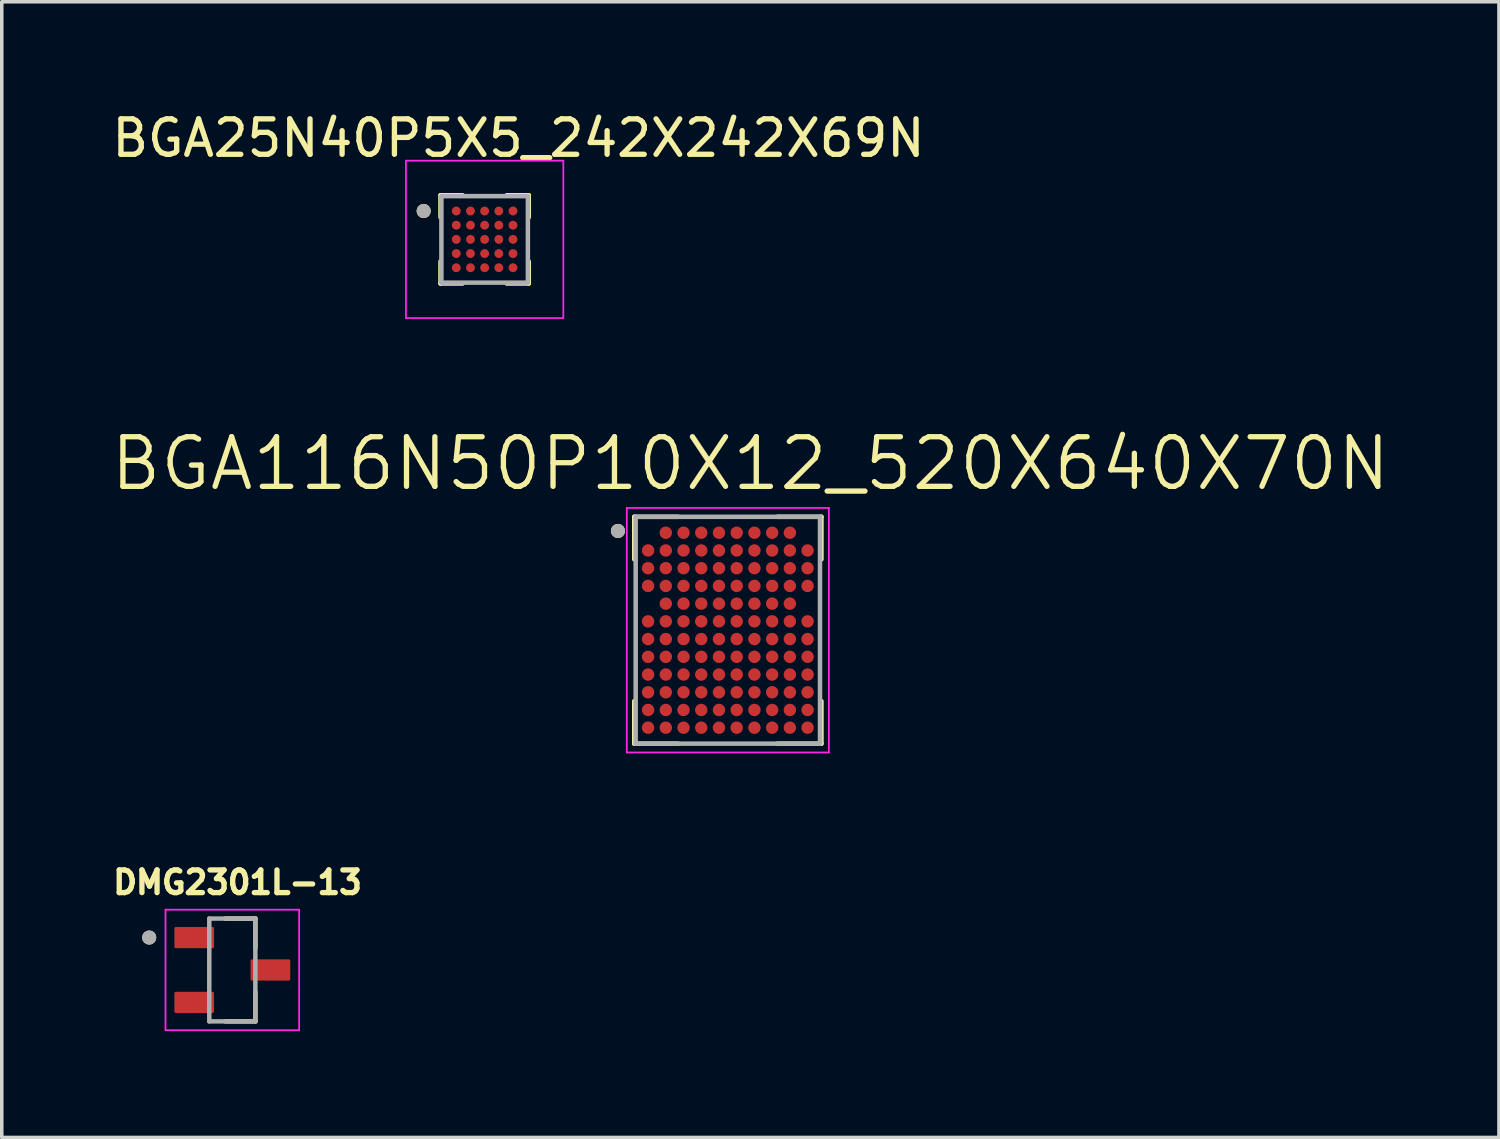
<source format=kicad_pcb>
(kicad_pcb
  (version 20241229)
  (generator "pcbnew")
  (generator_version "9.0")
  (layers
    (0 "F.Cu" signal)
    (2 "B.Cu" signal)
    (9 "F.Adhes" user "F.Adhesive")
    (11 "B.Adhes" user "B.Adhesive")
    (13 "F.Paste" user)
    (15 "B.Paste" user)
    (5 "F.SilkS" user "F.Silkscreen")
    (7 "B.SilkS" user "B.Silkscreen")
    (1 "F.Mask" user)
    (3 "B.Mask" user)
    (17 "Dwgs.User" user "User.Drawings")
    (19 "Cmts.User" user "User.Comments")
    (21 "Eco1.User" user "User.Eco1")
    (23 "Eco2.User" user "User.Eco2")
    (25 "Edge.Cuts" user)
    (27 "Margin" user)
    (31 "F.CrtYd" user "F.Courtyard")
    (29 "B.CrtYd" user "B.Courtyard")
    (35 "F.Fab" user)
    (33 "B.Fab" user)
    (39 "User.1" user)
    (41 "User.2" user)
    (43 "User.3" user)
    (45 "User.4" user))
  (footprint "BGA116N50P10X12_520X640X70N"
    (layer "F.Cu")
    (at 17.483 14.729)
    (property "Reference" "BGA116N50P10X12_520X640X70N" (at 0.635 -4.699 0) (layer "F.SilkS") (effects (font (size 1.4 1.4) (thickness 0.15))))
    (attr smd)
    (fp_line (start -2.64 -3.2) (end -2.64 -2) (stroke (width 0.127) (type solid)) (layer "F.SilkS"))
    (fp_line (start -2.64 2) (end -2.64 3.2) (stroke (width 0.127) (type solid)) (layer "F.SilkS"))
    (fp_line (start -2.64 3.2) (end -1.4 3.2) (stroke (width 0.127) (type solid)) (layer "F.SilkS"))
    (fp_line (start -1.4 -3.2) (end -2.64 -3.2) (stroke (width 0.127) (type solid)) (layer "F.SilkS"))
    (fp_line (start 1.4 -3.2) (end 2.64 -3.2) (stroke (width 0.127) (type solid)) (layer "F.SilkS"))
    (fp_line (start 1.4 3.2) (end 2.64 3.2) (stroke (width 0.127) (type solid)) (layer "F.SilkS"))
    (fp_line (start 2.64 -3.2) (end 2.64 -2) (stroke (width 0.127) (type solid)) (layer "F.SilkS"))
    (fp_line (start 2.64 3.2) (end 2.64 2) (stroke (width 0.127) (type solid)) (layer "F.SilkS"))
    (fp_circle (center -3.1 -2.8) (end -3 -2.8) (stroke (width 0.2) (type solid)) (fill no) (layer "F.SilkS"))
    (fp_line (start -2.85 -3.45) (end 2.85 -3.45) (stroke (width 0.05) (type solid)) (layer "F.CrtYd"))
    (fp_line (start -2.85 3.45) (end -2.85 -3.45) (stroke (width 0.05) (type solid)) (layer "F.CrtYd"))
    (fp_line (start 2.85 -3.45) (end 2.85 3.45) (stroke (width 0.05) (type solid)) (layer "F.CrtYd"))
    (fp_line (start 2.85 3.45) (end -2.85 3.45) (stroke (width 0.05) (type solid)) (layer "F.CrtYd"))
    (fp_line (start -2.6 -3.2) (end 2.6 -3.2) (stroke (width 0.127) (type solid)) (layer "F.Fab"))
    (fp_line (start -2.6 3.2) (end -2.6 -3.2) (stroke (width 0.127) (type solid)) (layer "F.Fab"))
    (fp_line (start 2.6 -3.2) (end 2.6 3.2) (stroke (width 0.127) (type solid)) (layer "F.Fab"))
    (fp_line (start 2.6 3.2) (end -2.6 3.2) (stroke (width 0.127) (type solid)) (layer "F.Fab"))
    (fp_circle (center -3.1 -2.8) (end -3 -2.8) (stroke (width 0.2) (type solid)) (fill no) (layer "F.Fab"))
    (pad "A2" smd circle (at -1.75 -2.75) (size 0.35 0.35) (layers "F.Cu" "F.Mask" "F.Paste"))
    (pad "A3" smd circle (at -1.25 -2.75) (size 0.35 0.35) (layers "F.Cu" "F.Mask" "F.Paste"))
    (pad "A4" smd circle (at -0.75 -2.75) (size 0.35 0.35) (layers "F.Cu" "F.Mask" "F.Paste"))
    (pad "A5" smd circle (at -0.25 -2.75) (size 0.35 0.35) (layers "F.Cu" "F.Mask" "F.Paste"))
    (pad "A6" smd circle (at 0.25 -2.75) (size 0.35 0.35) (layers "F.Cu" "F.Mask" "F.Paste"))
    (pad "A7" smd circle (at 0.75 -2.75) (size 0.35 0.35) (layers "F.Cu" "F.Mask" "F.Paste"))
    (pad "A8" smd circle (at 1.25 -2.75) (size 0.35 0.35) (layers "F.Cu" "F.Mask" "F.Paste"))
    (pad "A9" smd circle (at 1.75 -2.75) (size 0.35 0.35) (layers "F.Cu" "F.Mask" "F.Paste"))
    (pad "B1" smd circle (at -2.25 -2.25) (size 0.35 0.35) (layers "F.Cu" "F.Mask" "F.Paste"))
    (pad "B2" smd circle (at -1.75 -2.25) (size 0.35 0.35) (layers "F.Cu" "F.Mask" "F.Paste"))
    (pad "B3" smd circle (at -1.25 -2.25) (size 0.35 0.35) (layers "F.Cu" "F.Mask" "F.Paste"))
    (pad "B4" smd circle (at -0.75 -2.25) (size 0.35 0.35) (layers "F.Cu" "F.Mask" "F.Paste"))
    (pad "B5" smd circle (at -0.25 -2.25) (size 0.35 0.35) (layers "F.Cu" "F.Mask" "F.Paste"))
    (pad "B6" smd circle (at 0.25 -2.25) (size 0.35 0.35) (layers "F.Cu" "F.Mask" "F.Paste"))
    (pad "B7" smd circle (at 0.75 -2.25) (size 0.35 0.35) (layers "F.Cu" "F.Mask" "F.Paste"))
    (pad "B8" smd circle (at 1.25 -2.25) (size 0.35 0.35) (layers "F.Cu" "F.Mask" "F.Paste"))
    (pad "B9" smd circle (at 1.75 -2.25) (size 0.35 0.35) (layers "F.Cu" "F.Mask" "F.Paste"))
    (pad "B10" smd circle (at 2.25 -2.25) (size 0.35 0.35) (layers "F.Cu" "F.Mask" "F.Paste"))
    (pad "C1" smd circle (at -2.25 -1.75) (size 0.35 0.35) (layers "F.Cu" "F.Mask" "F.Paste"))
    (pad "C2" smd circle (at -1.75 -1.75) (size 0.35 0.35) (layers "F.Cu" "F.Mask" "F.Paste"))
    (pad "C3" smd circle (at -1.25 -1.75) (size 0.35 0.35) (layers "F.Cu" "F.Mask" "F.Paste"))
    (pad "C4" smd circle (at -0.75 -1.75) (size 0.35 0.35) (layers "F.Cu" "F.Mask" "F.Paste"))
    (pad "C5" smd circle (at -0.25 -1.75) (size 0.35 0.35) (layers "F.Cu" "F.Mask" "F.Paste"))
    (pad "C6" smd circle (at 0.25 -1.75) (size 0.35 0.35) (layers "F.Cu" "F.Mask" "F.Paste"))
    (pad "C7" smd circle (at 0.75 -1.75) (size 0.35 0.35) (layers "F.Cu" "F.Mask" "F.Paste"))
    (pad "C8" smd circle (at 1.25 -1.75) (size 0.35 0.35) (layers "F.Cu" "F.Mask" "F.Paste"))
    (pad "C9" smd circle (at 1.75 -1.75) (size 0.35 0.35) (layers "F.Cu" "F.Mask" "F.Paste"))
    (pad "C10" smd circle (at 2.25 -1.75) (size 0.35 0.35) (layers "F.Cu" "F.Mask" "F.Paste"))
    (pad "D1" smd circle (at -2.25 -1.25) (size 0.35 0.35) (layers "F.Cu" "F.Mask" "F.Paste"))
    (pad "D2" smd circle (at -1.75 -1.25) (size 0.35 0.35) (layers "F.Cu" "F.Mask" "F.Paste"))
    (pad "D3" smd circle (at -1.25 -1.25) (size 0.35 0.35) (layers "F.Cu" "F.Mask" "F.Paste"))
    (pad "D4" smd circle (at -0.75 -1.25) (size 0.35 0.35) (layers "F.Cu" "F.Mask" "F.Paste"))
    (pad "D5" smd circle (at -0.25 -1.25) (size 0.35 0.35) (layers "F.Cu" "F.Mask" "F.Paste"))
    (pad "D6" smd circle (at 0.25 -1.25) (size 0.35 0.35) (layers "F.Cu" "F.Mask" "F.Paste"))
    (pad "D7" smd circle (at 0.75 -1.25) (size 0.35 0.35) (layers "F.Cu" "F.Mask" "F.Paste"))
    (pad "D8" smd circle (at 1.25 -1.25) (size 0.35 0.35) (layers "F.Cu" "F.Mask" "F.Paste"))
    (pad "D9" smd circle (at 1.75 -1.25) (size 0.35 0.35) (layers "F.Cu" "F.Mask" "F.Paste"))
    (pad "D10" smd circle (at 2.25 -1.25) (size 0.35 0.35) (layers "F.Cu" "F.Mask" "F.Paste"))
    (pad "E2" smd circle (at -1.75 -0.75) (size 0.35 0.35) (layers "F.Cu" "F.Mask" "F.Paste"))
    (pad "E3" smd circle (at -1.25 -0.75) (size 0.35 0.35) (layers "F.Cu" "F.Mask" "F.Paste"))
    (pad "E4" smd circle (at -0.75 -0.75) (size 0.35 0.35) (layers "F.Cu" "F.Mask" "F.Paste"))
    (pad "E5" smd circle (at -0.25 -0.75) (size 0.35 0.35) (layers "F.Cu" "F.Mask" "F.Paste"))
    (pad "E6" smd circle (at 0.25 -0.75) (size 0.35 0.35) (layers "F.Cu" "F.Mask" "F.Paste"))
    (pad "E7" smd circle (at 0.75 -0.75) (size 0.35 0.35) (layers "F.Cu" "F.Mask" "F.Paste"))
    (pad "E8" smd circle (at 1.25 -0.75) (size 0.35 0.35) (layers "F.Cu" "F.Mask" "F.Paste"))
    (pad "E9" smd circle (at 1.75 -0.75) (size 0.35 0.35) (layers "F.Cu" "F.Mask" "F.Paste"))
    (pad "F1" smd circle (at -2.25 -0.25) (size 0.35 0.35) (layers "F.Cu" "F.Mask" "F.Paste"))
    (pad "F2" smd circle (at -1.75 -0.25) (size 0.35 0.35) (layers "F.Cu" "F.Mask" "F.Paste"))
    (pad "F3" smd circle (at -1.25 -0.25) (size 0.35 0.35) (layers "F.Cu" "F.Mask" "F.Paste"))
    (pad "F4" smd circle (at -0.75 -0.25) (size 0.35 0.35) (layers "F.Cu" "F.Mask" "F.Paste"))
    (pad "F5" smd circle (at -0.25 -0.25) (size 0.35 0.35) (layers "F.Cu" "F.Mask" "F.Paste"))
    (pad "F6" smd circle (at 0.25 -0.25) (size 0.35 0.35) (layers "F.Cu" "F.Mask" "F.Paste"))
    (pad "F7" smd circle (at 0.75 -0.25) (size 0.35 0.35) (layers "F.Cu" "F.Mask" "F.Paste"))
    (pad "F8" smd circle (at 1.25 -0.25) (size 0.35 0.35) (layers "F.Cu" "F.Mask" "F.Paste"))
    (pad "F9" smd circle (at 1.75 -0.25) (size 0.35 0.35) (layers "F.Cu" "F.Mask" "F.Paste"))
    (pad "F10" smd circle (at 2.25 -0.25) (size 0.35 0.35) (layers "F.Cu" "F.Mask" "F.Paste"))
    (pad "G1" smd circle (at -2.25 0.25) (size 0.35 0.35) (layers "F.Cu" "F.Mask" "F.Paste"))
    (pad "G2" smd circle (at -1.75 0.25) (size 0.35 0.35) (layers "F.Cu" "F.Mask" "F.Paste"))
    (pad "G3" smd circle (at -1.25 0.25) (size 0.35 0.35) (layers "F.Cu" "F.Mask" "F.Paste"))
    (pad "G4" smd circle (at -0.75 0.25) (size 0.35 0.35) (layers "F.Cu" "F.Mask" "F.Paste"))
    (pad "G5" smd circle (at -0.25 0.25) (size 0.35 0.35) (layers "F.Cu" "F.Mask" "F.Paste"))
    (pad "G6" smd circle (at 0.25 0.25) (size 0.35 0.35) (layers "F.Cu" "F.Mask" "F.Paste"))
    (pad "G7" smd circle (at 0.75 0.25) (size 0.35 0.35) (layers "F.Cu" "F.Mask" "F.Paste"))
    (pad "G8" smd circle (at 1.25 0.25) (size 0.35 0.35) (layers "F.Cu" "F.Mask" "F.Paste"))
    (pad "G9" smd circle (at 1.75 0.25) (size 0.35 0.35) (layers "F.Cu" "F.Mask" "F.Paste"))
    (pad "G10" smd circle (at 2.25 0.25) (size 0.35 0.35) (layers "F.Cu" "F.Mask" "F.Paste"))
    (pad "H1" smd circle (at -2.25 0.75) (size 0.35 0.35) (layers "F.Cu" "F.Mask" "F.Paste"))
    (pad "H2" smd circle (at -1.75 0.75) (size 0.35 0.35) (layers "F.Cu" "F.Mask" "F.Paste"))
    (pad "H3" smd circle (at -1.25 0.75) (size 0.35 0.35) (layers "F.Cu" "F.Mask" "F.Paste"))
    (pad "H4" smd circle (at -0.75 0.75) (size 0.35 0.35) (layers "F.Cu" "F.Mask" "F.Paste"))
    (pad "H5" smd circle (at -0.25 0.75) (size 0.35 0.35) (layers "F.Cu" "F.Mask" "F.Paste"))
    (pad "H6" smd circle (at 0.25 0.75) (size 0.35 0.35) (layers "F.Cu" "F.Mask" "F.Paste"))
    (pad "H7" smd circle (at 0.75 0.75) (size 0.35 0.35) (layers "F.Cu" "F.Mask" "F.Paste"))
    (pad "H8" smd circle (at 1.25 0.75) (size 0.35 0.35) (layers "F.Cu" "F.Mask" "F.Paste"))
    (pad "H9" smd circle (at 1.75 0.75) (size 0.35 0.35) (layers "F.Cu" "F.Mask" "F.Paste"))
    (pad "H10" smd circle (at 2.25 0.75) (size 0.35 0.35) (layers "F.Cu" "F.Mask" "F.Paste"))
    (pad "J1" smd circle (at -2.25 1.25) (size 0.35 0.35) (layers "F.Cu" "F.Mask" "F.Paste"))
    (pad "J2" smd circle (at -1.75 1.25) (size 0.35 0.35) (layers "F.Cu" "F.Mask" "F.Paste"))
    (pad "J3" smd circle (at -1.25 1.25) (size 0.35 0.35) (layers "F.Cu" "F.Mask" "F.Paste"))
    (pad "J4" smd circle (at -0.75 1.25) (size 0.35 0.35) (layers "F.Cu" "F.Mask" "F.Paste"))
    (pad "J5" smd circle (at -0.25 1.25) (size 0.35 0.35) (layers "F.Cu" "F.Mask" "F.Paste"))
    (pad "J6" smd circle (at 0.25 1.25) (size 0.35 0.35) (layers "F.Cu" "F.Mask" "F.Paste"))
    (pad "J7" smd circle (at 0.75 1.25) (size 0.35 0.35) (layers "F.Cu" "F.Mask" "F.Paste"))
    (pad "J8" smd circle (at 1.25 1.25) (size 0.35 0.35) (layers "F.Cu" "F.Mask" "F.Paste"))
    (pad "J9" smd circle (at 1.75 1.25) (size 0.35 0.35) (layers "F.Cu" "F.Mask" "F.Paste"))
    (pad "J10" smd circle (at 2.25 1.25) (size 0.35 0.35) (layers "F.Cu" "F.Mask" "F.Paste"))
    (pad "K1" smd circle (at -2.25 1.75) (size 0.35 0.35) (layers "F.Cu" "F.Mask" "F.Paste"))
    (pad "K2" smd circle (at -1.75 1.75) (size 0.35 0.35) (layers "F.Cu" "F.Mask" "F.Paste"))
    (pad "K3" smd circle (at -1.25 1.75) (size 0.35 0.35) (layers "F.Cu" "F.Mask" "F.Paste"))
    (pad "K4" smd circle (at -0.75 1.75) (size 0.35 0.35) (layers "F.Cu" "F.Mask" "F.Paste"))
    (pad "K5" smd circle (at -0.25 1.75) (size 0.35 0.35) (layers "F.Cu" "F.Mask" "F.Paste"))
    (pad "K6" smd circle (at 0.25 1.75) (size 0.35 0.35) (layers "F.Cu" "F.Mask" "F.Paste"))
    (pad "K7" smd circle (at 0.75 1.75) (size 0.35 0.35) (layers "F.Cu" "F.Mask" "F.Paste"))
    (pad "K8" smd circle (at 1.25 1.75) (size 0.35 0.35) (layers "F.Cu" "F.Mask" "F.Paste"))
    (pad "K9" smd circle (at 1.75 1.75) (size 0.35 0.35) (layers "F.Cu" "F.Mask" "F.Paste"))
    (pad "K10" smd circle (at 2.25 1.75) (size 0.35 0.35) (layers "F.Cu" "F.Mask" "F.Paste"))
    (pad "L1" smd circle (at -2.25 2.25) (size 0.35 0.35) (layers "F.Cu" "F.Mask" "F.Paste"))
    (pad "L2" smd circle (at -1.75 2.25) (size 0.35 0.35) (layers "F.Cu" "F.Mask" "F.Paste"))
    (pad "L3" smd circle (at -1.25 2.25) (size 0.35 0.35) (layers "F.Cu" "F.Mask" "F.Paste"))
    (pad "L4" smd circle (at -0.75 2.25) (size 0.35 0.35) (layers "F.Cu" "F.Mask" "F.Paste"))
    (pad "L5" smd circle (at -0.25 2.25) (size 0.35 0.35) (layers "F.Cu" "F.Mask" "F.Paste"))
    (pad "L6" smd circle (at 0.25 2.25) (size 0.35 0.35) (layers "F.Cu" "F.Mask" "F.Paste"))
    (pad "L7" smd circle (at 0.75 2.25) (size 0.35 0.35) (layers "F.Cu" "F.Mask" "F.Paste"))
    (pad "L8" smd circle (at 1.25 2.25) (size 0.35 0.35) (layers "F.Cu" "F.Mask" "F.Paste"))
    (pad "L9" smd circle (at 1.75 2.25) (size 0.35 0.35) (layers "F.Cu" "F.Mask" "F.Paste"))
    (pad "L10" smd circle (at 2.25 2.25) (size 0.35 0.35) (layers "F.Cu" "F.Mask" "F.Paste"))
    (pad "M1" smd circle (at -2.25 2.75) (size 0.35 0.35) (layers "F.Cu" "F.Mask" "F.Paste"))
    (pad "M2" smd circle (at -1.75 2.75) (size 0.35 0.35) (layers "F.Cu" "F.Mask" "F.Paste"))
    (pad "M3" smd circle (at -1.25 2.75) (size 0.35 0.35) (layers "F.Cu" "F.Mask" "F.Paste"))
    (pad "M4" smd circle (at -0.75 2.75) (size 0.35 0.35) (layers "F.Cu" "F.Mask" "F.Paste"))
    (pad "M5" smd circle (at -0.25 2.75) (size 0.35 0.35) (layers "F.Cu" "F.Mask" "F.Paste"))
    (pad "M6" smd circle (at 0.25 2.75) (size 0.35 0.35) (layers "F.Cu" "F.Mask" "F.Paste"))
    (pad "M7" smd circle (at 0.75 2.75) (size 0.35 0.35) (layers "F.Cu" "F.Mask" "F.Paste"))
    (pad "M8" smd circle (at 1.25 2.75) (size 0.35 0.35) (layers "F.Cu" "F.Mask" "F.Paste"))
    (pad "M9" smd circle (at 1.75 2.75) (size 0.35 0.35) (layers "F.Cu" "F.Mask" "F.Paste"))
    (pad "M10" smd circle (at 2.25 2.75) (size 0.35 0.35) (layers "F.Cu" "F.Mask" "F.Paste")))
  (footprint "DMG2301L-13"
    (layer "F.Cu")
    (at 3.504 24.314)
    (property "Reference" "DMG2301L-13" (at 0.147 -2.471 0) (layer "F.SilkS") (effects (font (size 0.64 0.64) (thickness 0.15))))
    (attr smd)
    (fp_line (start -0.195 -1.45) (end 0.65 -1.45) (stroke (width 0.127) (type solid)) (layer "F.SilkS"))
    (fp_line (start 0.65 -1.45) (end 0.65 -0.62) (stroke (width 0.127) (type solid)) (layer "F.SilkS"))
    (fp_line (start 0.65 1.45) (end -0.195 1.45) (stroke (width 0.127) (type solid)) (layer "F.SilkS"))
    (fp_line (start 0.65 1.45) (end 0.65 0.62) (stroke (width 0.127) (type solid)) (layer "F.SilkS"))
    (fp_circle (center -2.345 -0.915) (end -2.245 -0.915) (stroke (width 0.2) (type solid)) (fill no) (layer "F.SilkS"))
    (fp_line (start -1.885 -1.7) (end -1.885 1.7) (stroke (width 0.05) (type solid)) (layer "F.CrtYd"))
    (fp_line (start -1.885 1.7) (end 1.885 1.7) (stroke (width 0.05) (type solid)) (layer "F.CrtYd"))
    (fp_line (start 1.885 -1.7) (end -1.885 -1.7) (stroke (width 0.05) (type solid)) (layer "F.CrtYd"))
    (fp_line (start 1.885 1.7) (end 1.885 -1.7) (stroke (width 0.05) (type solid)) (layer "F.CrtYd"))
    (fp_line (start -0.65 -1.45) (end 0.65 -1.45) (stroke (width 0.127) (type solid)) (layer "F.Fab"))
    (fp_line (start -0.65 1.45) (end -0.65 -1.45) (stroke (width 0.127) (type solid)) (layer "F.Fab"))
    (fp_line (start 0.65 -1.45) (end 0.65 1.45) (stroke (width 0.127) (type solid)) (layer "F.Fab"))
    (fp_line (start 0.65 1.45) (end -0.65 1.45) (stroke (width 0.127) (type solid)) (layer "F.Fab"))
    (fp_circle (center -2.345 -0.915) (end -2.245 -0.915) (stroke (width 0.2) (type solid)) (fill no) (layer "F.Fab"))
    (pad "1" smd roundrect (at -1.075 -0.915) (size 1.12 0.6) (layers "F.Cu" "F.Mask" "F.Paste") (roundrect_rratio 0.07))
    (pad "2" smd roundrect (at -1.075 0.915) (size 1.12 0.6) (layers "F.Cu" "F.Mask" "F.Paste") (roundrect_rratio 0.07))
    (pad "3" smd roundrect (at 1.075 0) (size 1.12 0.6) (layers "F.Cu" "F.Mask" "F.Paste") (roundrect_rratio 0.07)))
  (footprint "BGA25N40P5X5_242X242X69N"
    (layer "F.Cu")
    (at 10.622 3.703)
    (property "Reference" "BGA25N40P5X5_242X242X69N" (at 0.955 -2.855 0) (layer "F.SilkS") (effects (font (size 1 1) (thickness 0.15))))
    (attr smd)
    (fp_line (start -1.245 -1.245) (end -1.245 -0.623) (stroke (width 0.127) (type solid)) (layer "F.SilkS"))
    (fp_line (start -1.245 -1.245) (end -0.623 -1.245) (stroke (width 0.127) (type solid)) (layer "F.SilkS"))
    (fp_line (start -1.245 1.245) (end -1.245 0.623) (stroke (width 0.127) (type solid)) (layer "F.SilkS"))
    (fp_line (start -1.245 1.245) (end -0.623 1.245) (stroke (width 0.127) (type solid)) (layer "F.SilkS"))
    (fp_line (start 1.245 -1.245) (end 0.623 -1.245) (stroke (width 0.127) (type solid)) (layer "F.SilkS"))
    (fp_line (start 1.245 -1.245) (end 1.245 -0.623) (stroke (width 0.127) (type solid)) (layer "F.SilkS"))
    (fp_line (start 1.245 1.245) (end 0.623 1.245) (stroke (width 0.127) (type solid)) (layer "F.SilkS"))
    (fp_line (start 1.245 1.245) (end 1.245 0.623) (stroke (width 0.127) (type solid)) (layer "F.SilkS"))
    (fp_circle (center -1.72 -0.8) (end -1.62 -0.8) (stroke (width 0.2) (type solid)) (fill no) (layer "F.SilkS"))
    (fp_line (start -2.22 -2.22) (end 2.22 -2.22) (stroke (width 0.05) (type solid)) (layer "F.CrtYd"))
    (fp_line (start -2.22 2.22) (end -2.22 -2.22) (stroke (width 0.05) (type solid)) (layer "F.CrtYd"))
    (fp_line (start -2.22 2.22) (end 2.22 2.22) (stroke (width 0.05) (type solid)) (layer "F.CrtYd"))
    (fp_line (start 2.22 2.22) (end 2.22 -2.22) (stroke (width 0.05) (type solid)) (layer "F.CrtYd"))
    (fp_line (start -1.22 1.22) (end -1.22 -1.22) (stroke (width 0.127) (type solid)) (layer "F.Fab"))
    (fp_line (start 1.22 -1.22) (end -1.22 -1.22) (stroke (width 0.127) (type solid)) (layer "F.Fab"))
    (fp_line (start 1.22 1.22) (end -1.22 1.22) (stroke (width 0.127) (type solid)) (layer "F.Fab"))
    (fp_line (start 1.22 1.22) (end 1.22 -1.22) (stroke (width 0.127) (type solid)) (layer "F.Fab"))
    (fp_circle (center -1.72 -0.8) (end -1.62 -0.8) (stroke (width 0.2) (type solid)) (fill no) (layer "F.Fab"))
    (pad "A1" smd circle (at -0.8 -0.8) (size 0.25 0.25) (layers "F.Cu" "F.Mask" "F.Paste"))
    (pad "A2" smd circle (at -0.4 -0.8) (size 0.25 0.25) (layers "F.Cu" "F.Mask" "F.Paste"))
    (pad "A3" smd circle (at 0 -0.8) (size 0.25 0.25) (layers "F.Cu" "F.Mask" "F.Paste"))
    (pad "A4" smd circle (at 0.4 -0.8) (size 0.25 0.25) (layers "F.Cu" "F.Mask" "F.Paste"))
    (pad "A5" smd circle (at 0.8 -0.8) (size 0.25 0.25) (layers "F.Cu" "F.Mask" "F.Paste"))
    (pad "B1" smd circle (at -0.8 -0.4) (size 0.25 0.25) (layers "F.Cu" "F.Mask" "F.Paste"))
    (pad "B2" smd circle (at -0.4 -0.4) (size 0.25 0.25) (layers "F.Cu" "F.Mask" "F.Paste"))
    (pad "B3" smd circle (at 0 -0.4) (size 0.25 0.25) (layers "F.Cu" "F.Mask" "F.Paste"))
    (pad "B4" smd circle (at 0.4 -0.4) (size 0.25 0.25) (layers "F.Cu" "F.Mask" "F.Paste"))
    (pad "B5" smd circle (at 0.8 -0.4) (size 0.25 0.25) (layers "F.Cu" "F.Mask" "F.Paste"))
    (pad "C1" smd circle (at -0.8 0) (size 0.25 0.25) (layers "F.Cu" "F.Mask" "F.Paste"))
    (pad "C2" smd circle (at -0.4 0) (size 0.25 0.25) (layers "F.Cu" "F.Mask" "F.Paste"))
    (pad "C3" smd circle (at 0 0) (size 0.25 0.25) (layers "F.Cu" "F.Mask" "F.Paste"))
    (pad "C4" smd circle (at 0.4 0) (size 0.25 0.25) (layers "F.Cu" "F.Mask" "F.Paste"))
    (pad "C5" smd circle (at 0.8 0) (size 0.25 0.25) (layers "F.Cu" "F.Mask" "F.Paste"))
    (pad "D1" smd circle (at -0.8 0.4) (size 0.25 0.25) (layers "F.Cu" "F.Mask" "F.Paste"))
    (pad "D2" smd circle (at -0.4 0.4) (size 0.25 0.25) (layers "F.Cu" "F.Mask" "F.Paste"))
    (pad "D3" smd circle (at 0 0.4) (size 0.25 0.25) (layers "F.Cu" "F.Mask" "F.Paste"))
    (pad "D4" smd circle (at 0.4 0.4) (size 0.25 0.25) (layers "F.Cu" "F.Mask" "F.Paste"))
    (pad "D5" smd circle (at 0.8 0.4) (size 0.25 0.25) (layers "F.Cu" "F.Mask" "F.Paste"))
    (pad "E1" smd circle (at -0.8 0.8) (size 0.25 0.25) (layers "F.Cu" "F.Mask" "F.Paste"))
    (pad "E2" smd circle (at -0.4 0.8) (size 0.25 0.25) (layers "F.Cu" "F.Mask" "F.Paste"))
    (pad "E3" smd circle (at 0 0.8) (size 0.25 0.25) (layers "F.Cu" "F.Mask" "F.Paste"))
    (pad "E4" smd circle (at 0.4 0.8) (size 0.25 0.25) (layers "F.Cu" "F.Mask" "F.Paste"))
    (pad "E5" smd circle (at 0.8 0.8) (size 0.25 0.25) (layers "F.Cu" "F.Mask" "F.Paste")))
  (gr_rect
    (start -3 -3)
    (end 39.237 29.039)
    (stroke (width 0.1) (type default))
    (fill no)
    (layer "Edge.Cuts")))
</source>
